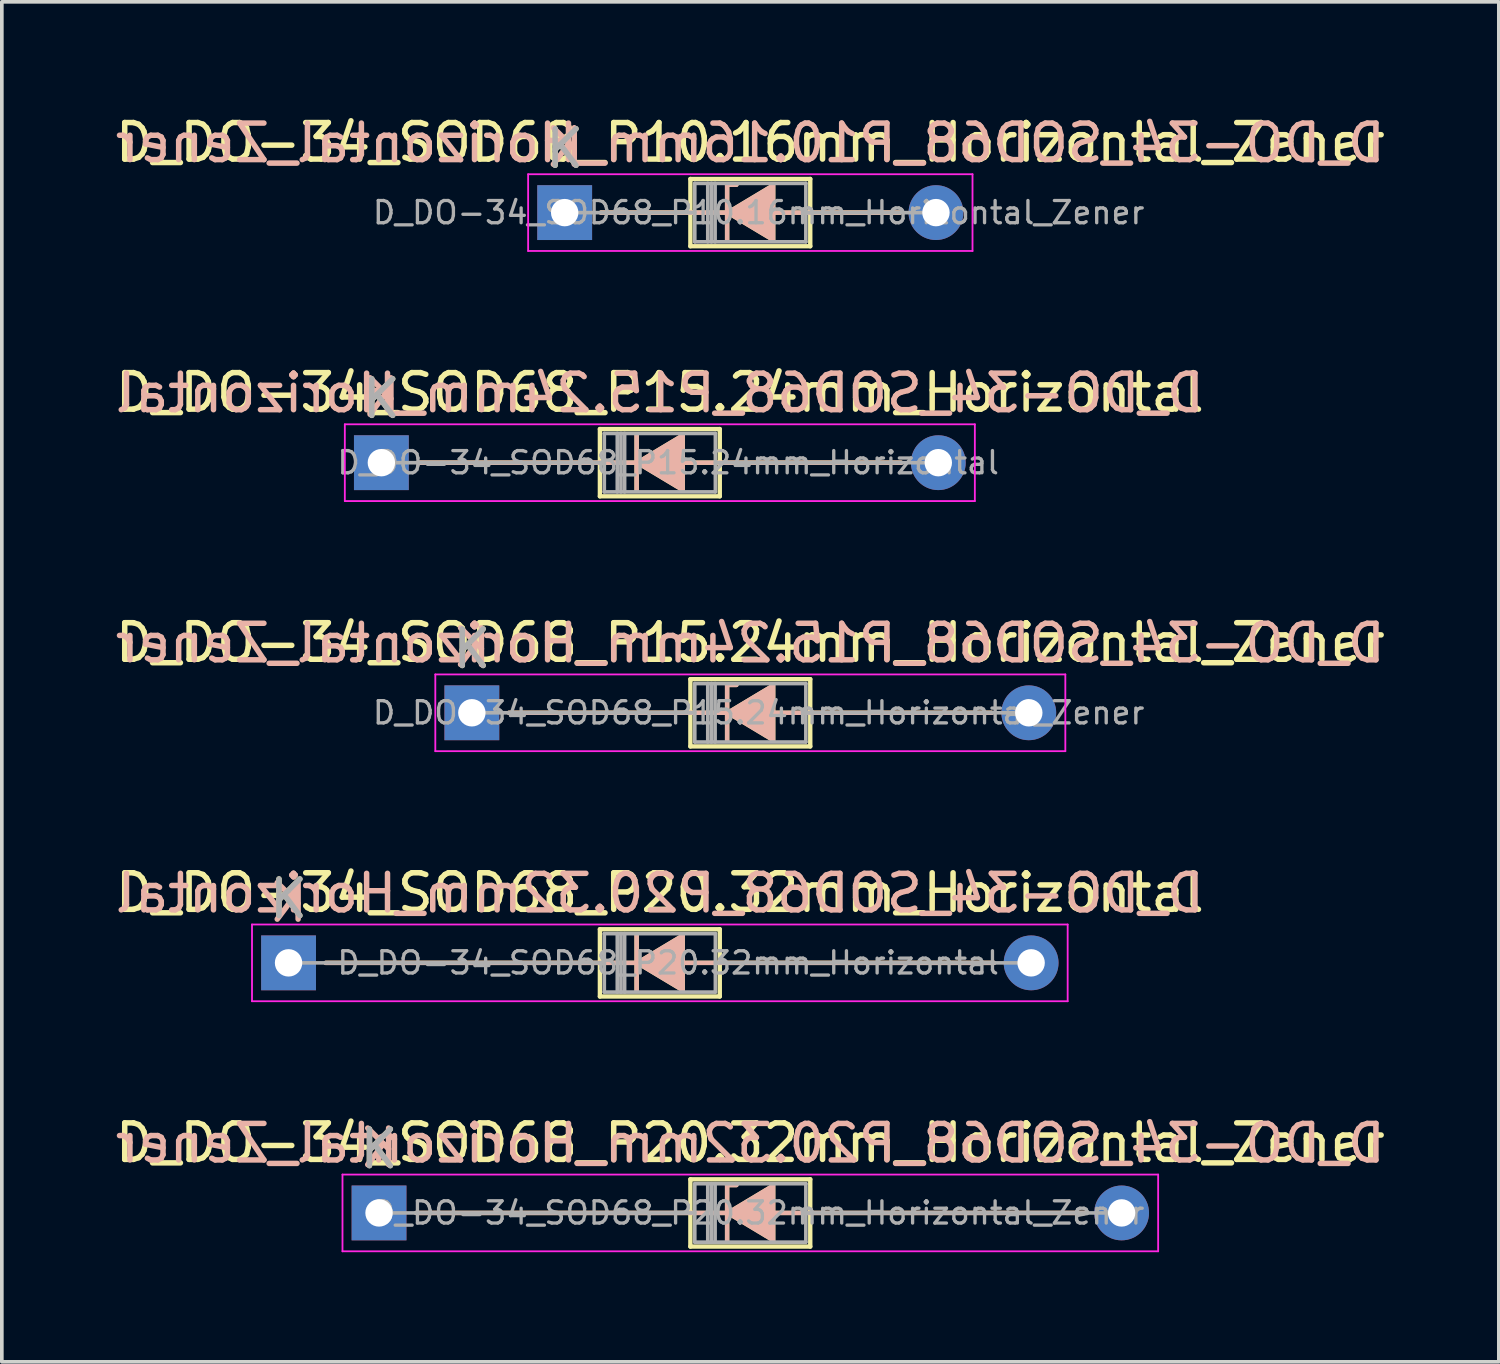
<source format=kicad_pcb>
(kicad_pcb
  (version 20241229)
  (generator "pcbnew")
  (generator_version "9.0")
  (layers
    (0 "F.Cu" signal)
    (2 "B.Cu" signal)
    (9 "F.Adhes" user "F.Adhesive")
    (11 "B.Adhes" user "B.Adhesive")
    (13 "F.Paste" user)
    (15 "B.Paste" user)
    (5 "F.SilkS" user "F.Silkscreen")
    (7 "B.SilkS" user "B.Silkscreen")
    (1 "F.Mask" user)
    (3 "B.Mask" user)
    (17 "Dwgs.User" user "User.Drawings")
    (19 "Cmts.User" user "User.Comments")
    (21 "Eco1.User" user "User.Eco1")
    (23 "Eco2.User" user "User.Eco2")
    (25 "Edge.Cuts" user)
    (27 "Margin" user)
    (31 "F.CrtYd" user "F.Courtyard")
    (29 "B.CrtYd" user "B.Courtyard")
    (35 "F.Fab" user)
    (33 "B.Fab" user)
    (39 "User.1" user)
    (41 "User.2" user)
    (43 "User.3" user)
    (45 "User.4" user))
  (footprint "D_DO-34_SOD68_P20.32mm_Horizontal_Zener"
    (layer "F.Cu")
    (at 7.322 30.141)
    (property "Reference" "D_DO-34_SOD68_P20.32mm_Horizontal_Zener" (at 10.16 -1.92 0) (layer "F.SilkS") (effects (font (size 1 1) (thickness 0.15))))
    (fp_line (start 1.016 0) (end 8.52 0) (stroke (width 0.12) (type solid)) (layer "F.SilkS"))
    (fp_line (start 8.52 -0.92) (end 8.52 0.92) (stroke (width 0.12) (type solid)) (layer "F.SilkS"))
    (fp_line (start 8.52 0.92) (end 11.8 0.92) (stroke (width 0.12) (type solid)) (layer "F.SilkS"))
    (fp_line (start 9.525 -0.762) (end 9.525 0.762) (stroke (width 0.12) (type solid)) (layer "F.SilkS"))
    (fp_line (start 9.525 -0.762) (end 9.779 -0.762) (stroke (width 0.12) (type solid)) (layer "F.SilkS"))
    (fp_line (start 9.61 0) (end 8.509 0) (stroke (width 0.12) (type solid)) (layer "F.SilkS"))
    (fp_line (start 10.795 0) (end 11.811 0) (stroke (width 0.12) (type solid)) (layer "F.SilkS"))
    (fp_line (start 11.8 -0.92) (end 8.52 -0.92) (stroke (width 0.12) (type solid)) (layer "F.SilkS"))
    (fp_line (start 11.8 0.92) (end 11.8 -0.92) (stroke (width 0.12) (type solid)) (layer "F.SilkS"))
    (fp_line (start 19.304 0) (end 11.8 0) (stroke (width 0.12) (type solid)) (layer "F.SilkS"))
    (fp_poly (pts (xy 10.795 0.762) (xy 9.525 0) (xy 10.795 -0.762)) (stroke (width 0.1) (type solid)) (fill yes) (layer "F.SilkS"))
    (fp_line (start 1.016 0) (end 8.52 0) (stroke (width 0.12) (type solid)) (layer "B.SilkS"))
    (fp_line (start 9.525 -0.762) (end 9.779 -0.762) (stroke (width 0.12) (type solid)) (layer "B.SilkS"))
    (fp_line (start 9.525 0.762) (end 9.525 -0.762) (stroke (width 0.12) (type solid)) (layer "B.SilkS"))
    (fp_line (start 9.61 0) (end 8.509 0) (stroke (width 0.12) (type solid)) (layer "B.SilkS"))
    (fp_line (start 10.795 0) (end 11.811 0) (stroke (width 0.12) (type solid)) (layer "B.SilkS"))
    (fp_line (start 19.304 0) (end 11.8 0) (stroke (width 0.12) (type solid)) (layer "B.SilkS"))
    (fp_poly (pts (xy 10.795 -0.762) (xy 9.525 0) (xy 10.795 0.762)) (stroke (width 0.1) (type solid)) (fill yes) (layer "B.SilkS"))
    (fp_line (start -1 -1.05) (end -1 1.05) (stroke (width 0.05) (type solid)) (layer "F.CrtYd"))
    (fp_line (start -1 1.05) (end 21.32 1.05) (stroke (width 0.05) (type solid)) (layer "F.CrtYd"))
    (fp_line (start 21.32 -1.05) (end -1 -1.05) (stroke (width 0.05) (type solid)) (layer "F.CrtYd"))
    (fp_line (start 21.32 1.05) (end 21.32 -1.05) (stroke (width 0.05) (type solid)) (layer "F.CrtYd"))
    (fp_line (start 0 0) (end 8.64 0) (stroke (width 0.1) (type solid)) (layer "F.Fab"))
    (fp_line (start 8.64 -0.8) (end 8.64 0.8) (stroke (width 0.1) (type solid)) (layer "F.Fab"))
    (fp_line (start 8.64 0.8) (end 11.68 0.8) (stroke (width 0.1) (type solid)) (layer "F.Fab"))
    (fp_line (start 8.996 -0.8) (end 8.996 0.8) (stroke (width 0.1) (type solid)) (layer "F.Fab"))
    (fp_line (start 9.096 -0.8) (end 9.096 0.8) (stroke (width 0.1) (type solid)) (layer "F.Fab"))
    (fp_line (start 9.196 -0.8) (end 9.196 0.8) (stroke (width 0.1) (type solid)) (layer "F.Fab"))
    (fp_line (start 11.68 -0.8) (end 8.64 -0.8) (stroke (width 0.1) (type solid)) (layer "F.Fab"))
    (fp_line (start 11.68 0.8) (end 11.68 -0.8) (stroke (width 0.1) (type solid)) (layer "F.Fab"))
    (fp_line (start 20.32 0) (end 11.68 0) (stroke (width 0.1) (type solid)) (layer "F.Fab"))
    (fp_text user "K" (at 0 -1.75 0) (layer "F.SilkS") (effects (font (size 1 1) (thickness 0.15))))
    (fp_text user "K" (at 0 -1.778 0) (layer "B.SilkS") (effects (font (size 1 1) (thickness 0.15)) (justify mirror)))
    (fp_text user "${REFERENCE}" (at 10.16 -1.905 0) (layer "B.SilkS") (effects (font (size 1 1) (thickness 0.15)) (justify mirror)))
    (fp_text user "${REFERENCE}" (at 10.388 0 0) (layer "F.Fab") (effects (font (size 0.608 0.608) (thickness 0.091))))
    (fp_text user "K" (at 0 -1.75 0) (layer "F.Fab") (effects (font (size 1 1) (thickness 0.15))))
    (pad "1" thru_hole rect (at 0 0) (size 1.5 1.5) (drill 0.75) (layers "*.Cu" "*.Mask"))
    (pad "2" thru_hole oval (at 20.32 0) (size 1.5 1.5) (drill 0.75) (layers "*.Cu" "*.Mask")))
  (footprint "D_DO-34_SOD68_P10.16mm_Horizontal_Zener"
    (layer "F.Cu")
    (at 12.402 2.768)
    (property "Reference" "D_DO-34_SOD68_P10.16mm_Horizontal_Zener" (at 5.08 -1.92 0) (layer "F.SilkS") (effects (font (size 1 1) (thickness 0.15))))
    (fp_line (start 0.99 0) (end 3.44 0) (stroke (width 0.12) (type solid)) (layer "F.SilkS"))
    (fp_line (start 3.44 -0.92) (end 3.44 0.92) (stroke (width 0.12) (type solid)) (layer "F.SilkS"))
    (fp_line (start 3.44 0.92) (end 6.72 0.92) (stroke (width 0.12) (type solid)) (layer "F.SilkS"))
    (fp_line (start 4.445 -0.762) (end 4.445 0.762) (stroke (width 0.12) (type solid)) (layer "F.SilkS"))
    (fp_line (start 4.445 -0.762) (end 4.699 -0.762) (stroke (width 0.12) (type solid)) (layer "F.SilkS"))
    (fp_line (start 4.5 0) (end 3.44 0) (stroke (width 0.12) (type solid)) (layer "F.SilkS"))
    (fp_line (start 5.715 0) (end 6.72 0) (stroke (width 0.12) (type solid)) (layer "F.SilkS"))
    (fp_line (start 6.72 -0.92) (end 3.44 -0.92) (stroke (width 0.12) (type solid)) (layer "F.SilkS"))
    (fp_line (start 6.72 0.92) (end 6.72 -0.92) (stroke (width 0.12) (type solid)) (layer "F.SilkS"))
    (fp_line (start 9.17 0) (end 6.72 0) (stroke (width 0.12) (type solid)) (layer "F.SilkS"))
    (fp_poly (pts (xy 5.715 0.762) (xy 4.445 0) (xy 5.715 -0.762)) (stroke (width 0.1) (type solid)) (fill yes) (layer "F.SilkS"))
    (fp_line (start 0.99 0) (end 3.44 0) (stroke (width 0.12) (type solid)) (layer "B.SilkS"))
    (fp_line (start 4.445 -0.762) (end 4.699 -0.762) (stroke (width 0.12) (type solid)) (layer "B.SilkS"))
    (fp_line (start 4.445 0.762) (end 4.445 -0.762) (stroke (width 0.12) (type solid)) (layer "B.SilkS"))
    (fp_line (start 4.5 0) (end 3.44 0) (stroke (width 0.12) (type solid)) (layer "B.SilkS"))
    (fp_line (start 5.715 0) (end 6.72 0) (stroke (width 0.12) (type solid)) (layer "B.SilkS"))
    (fp_line (start 9.17 0) (end 6.72 0) (stroke (width 0.12) (type solid)) (layer "B.SilkS"))
    (fp_poly (pts (xy 5.715 -0.762) (xy 4.445 0) (xy 5.715 0.762)) (stroke (width 0.1) (type solid)) (fill yes) (layer "B.SilkS"))
    (fp_line (start -1 -1.05) (end -1 1.05) (stroke (width 0.05) (type solid)) (layer "F.CrtYd"))
    (fp_line (start -1 1.05) (end 11.16 1.05) (stroke (width 0.05) (type solid)) (layer "F.CrtYd"))
    (fp_line (start 11.16 -1.05) (end -1 -1.05) (stroke (width 0.05) (type solid)) (layer "F.CrtYd"))
    (fp_line (start 11.16 1.05) (end 11.16 -1.05) (stroke (width 0.05) (type solid)) (layer "F.CrtYd"))
    (fp_line (start 0 0) (end 3.56 0) (stroke (width 0.1) (type solid)) (layer "F.Fab"))
    (fp_line (start 3.56 -0.8) (end 3.56 0.8) (stroke (width 0.1) (type solid)) (layer "F.Fab"))
    (fp_line (start 3.56 0.8) (end 6.6 0.8) (stroke (width 0.1) (type solid)) (layer "F.Fab"))
    (fp_line (start 3.916 -0.8) (end 3.916 0.8) (stroke (width 0.1) (type solid)) (layer "F.Fab"))
    (fp_line (start 4.016 -0.8) (end 4.016 0.8) (stroke (width 0.1) (type solid)) (layer "F.Fab"))
    (fp_line (start 4.116 -0.8) (end 4.116 0.8) (stroke (width 0.1) (type solid)) (layer "F.Fab"))
    (fp_line (start 6.6 -0.8) (end 3.56 -0.8) (stroke (width 0.1) (type solid)) (layer "F.Fab"))
    (fp_line (start 6.6 0.8) (end 6.6 -0.8) (stroke (width 0.1) (type solid)) (layer "F.Fab"))
    (fp_line (start 10.16 0) (end 6.6 0) (stroke (width 0.1) (type solid)) (layer "F.Fab"))
    (fp_text user "K" (at 0 -1.75 0) (layer "F.SilkS") (effects (font (size 1 1) (thickness 0.15))))
    (fp_text user "${REFERENCE}" (at 5.08 -1.905 0) (layer "B.SilkS") (effects (font (size 1 1) (thickness 0.15)) (justify mirror)))
    (fp_text user "K" (at 0 -1.778 0) (layer "B.SilkS") (effects (font (size 1 1) (thickness 0.15)) (justify mirror)))
    (fp_text user "${REFERENCE}" (at 5.308 0 0) (layer "F.Fab") (effects (font (size 0.608 0.608) (thickness 0.091))))
    (fp_text user "K" (at 0 -1.75 0) (layer "F.Fab") (effects (font (size 1 1) (thickness 0.15))))
    (pad "1" thru_hole rect (at 0 0) (size 1.5 1.5) (drill 0.75) (layers "*.Cu" "*.Mask"))
    (pad "2" thru_hole oval (at 10.16 0) (size 1.5 1.5) (drill 0.75) (layers "*.Cu" "*.Mask")))
  (footprint "D_DO-34_SOD68_P15.24mm_Horizontal"
    (layer "F.Cu")
    (at 7.386 9.611)
    (property "Reference" "D_DO-34_SOD68_P15.24mm_Horizontal" (at 7.62 -1.92 0) (layer "F.SilkS") (effects (font (size 1 1) (thickness 0.15))))
    (fp_line (start 1.016 0) (end 5.98 0) (stroke (width 0.12) (type solid)) (layer "F.SilkS"))
    (fp_line (start 5.98 -0.92) (end 5.98 0.92) (stroke (width 0.12) (type solid)) (layer "F.SilkS"))
    (fp_line (start 5.98 0.92) (end 9.26 0.92) (stroke (width 0.12) (type solid)) (layer "F.SilkS"))
    (fp_line (start 6.985 -0.762) (end 6.985 0.762) (stroke (width 0.12) (type solid)) (layer "F.SilkS"))
    (fp_line (start 7.07 0) (end 5.969 0) (stroke (width 0.12) (type solid)) (layer "F.SilkS"))
    (fp_line (start 8.255 0) (end 9.271 0) (stroke (width 0.12) (type solid)) (layer "F.SilkS"))
    (fp_line (start 9.26 -0.92) (end 5.98 -0.92) (stroke (width 0.12) (type solid)) (layer "F.SilkS"))
    (fp_line (start 9.26 0.92) (end 9.26 -0.92) (stroke (width 0.12) (type solid)) (layer "F.SilkS"))
    (fp_line (start 14.224 0) (end 9.26 0) (stroke (width 0.12) (type solid)) (layer "F.SilkS"))
    (fp_poly (pts (xy 8.255 0.762) (xy 6.985 0) (xy 8.255 -0.762)) (stroke (width 0.1) (type solid)) (fill yes) (layer "F.SilkS"))
    (fp_line (start 1.016 0) (end 5.98 0) (stroke (width 0.12) (type solid)) (layer "B.SilkS"))
    (fp_line (start 6.985 0.762) (end 6.985 -0.762) (stroke (width 0.12) (type solid)) (layer "B.SilkS"))
    (fp_line (start 7.07 0) (end 5.969 0) (stroke (width 0.12) (type solid)) (layer "B.SilkS"))
    (fp_line (start 8.255 0) (end 9.271 0) (stroke (width 0.12) (type solid)) (layer "B.SilkS"))
    (fp_line (start 14.224 0) (end 9.26 0) (stroke (width 0.12) (type solid)) (layer "B.SilkS"))
    (fp_poly (pts (xy 8.255 -0.762) (xy 6.985 0) (xy 8.255 0.762)) (stroke (width 0.1) (type solid)) (fill yes) (layer "B.SilkS"))
    (fp_line (start -1 -1.05) (end -1 1.05) (stroke (width 0.05) (type solid)) (layer "F.CrtYd"))
    (fp_line (start -1 1.05) (end 16.24 1.05) (stroke (width 0.05) (type solid)) (layer "F.CrtYd"))
    (fp_line (start 16.24 -1.05) (end -1 -1.05) (stroke (width 0.05) (type solid)) (layer "F.CrtYd"))
    (fp_line (start 16.24 1.05) (end 16.24 -1.05) (stroke (width 0.05) (type solid)) (layer "F.CrtYd"))
    (fp_line (start 0 0) (end 6.1 0) (stroke (width 0.1) (type solid)) (layer "F.Fab"))
    (fp_line (start 6.1 -0.8) (end 6.1 0.8) (stroke (width 0.1) (type solid)) (layer "F.Fab"))
    (fp_line (start 6.1 0.8) (end 9.14 0.8) (stroke (width 0.1) (type solid)) (layer "F.Fab"))
    (fp_line (start 6.456 -0.8) (end 6.456 0.8) (stroke (width 0.1) (type solid)) (layer "F.Fab"))
    (fp_line (start 6.556 -0.8) (end 6.556 0.8) (stroke (width 0.1) (type solid)) (layer "F.Fab"))
    (fp_line (start 6.656 -0.8) (end 6.656 0.8) (stroke (width 0.1) (type solid)) (layer "F.Fab"))
    (fp_line (start 9.14 -0.8) (end 6.1 -0.8) (stroke (width 0.1) (type solid)) (layer "F.Fab"))
    (fp_line (start 9.14 0.8) (end 9.14 -0.8) (stroke (width 0.1) (type solid)) (layer "F.Fab"))
    (fp_line (start 15.24 0) (end 9.14 0) (stroke (width 0.1) (type solid)) (layer "F.Fab"))
    (fp_text user "K" (at 0 -1.75 0) (layer "F.SilkS") (effects (font (size 1 1) (thickness 0.15))))
    (fp_text user "K" (at 0 -1.778 0) (layer "B.SilkS") (effects (font (size 1 1) (thickness 0.15)) (justify mirror)))
    (fp_text user "${REFERENCE}" (at 7.62 -1.905 0) (layer "B.SilkS") (effects (font (size 1 1) (thickness 0.15)) (justify mirror)))
    (fp_text user "K" (at 0 -1.75 0) (layer "F.Fab") (effects (font (size 1 1) (thickness 0.15))))
    (fp_text user "${REFERENCE}" (at 7.848 0 0) (layer "F.Fab") (effects (font (size 0.608 0.608) (thickness 0.091))))
    (pad "1" thru_hole rect (at 0 0) (size 1.5 1.5) (drill 0.75) (layers "*.Cu" "*.Mask"))
    (pad "2" thru_hole oval (at 15.24 0) (size 1.5 1.5) (drill 0.75) (layers "*.Cu" "*.Mask")))
  (footprint "D_DO-34_SOD68_P15.24mm_Horizontal_Zener"
    (layer "F.Cu")
    (at 9.862 16.455)
    (property "Reference" "D_DO-34_SOD68_P15.24mm_Horizontal_Zener" (at 7.62 -1.92 0) (layer "F.SilkS") (effects (font (size 1 1) (thickness 0.15))))
    (fp_line (start 1.016 0) (end 5.98 0) (stroke (width 0.12) (type solid)) (layer "F.SilkS"))
    (fp_line (start 5.98 -0.92) (end 5.98 0.92) (stroke (width 0.12) (type solid)) (layer "F.SilkS"))
    (fp_line (start 5.98 0.92) (end 9.26 0.92) (stroke (width 0.12) (type solid)) (layer "F.SilkS"))
    (fp_line (start 6.985 -0.762) (end 6.985 0.762) (stroke (width 0.12) (type solid)) (layer "F.SilkS"))
    (fp_line (start 6.985 -0.762) (end 7.239 -0.762) (stroke (width 0.12) (type solid)) (layer "F.SilkS"))
    (fp_line (start 7.07 0) (end 5.969 0) (stroke (width 0.12) (type solid)) (layer "F.SilkS"))
    (fp_line (start 8.255 0) (end 9.271 0) (stroke (width 0.12) (type solid)) (layer "F.SilkS"))
    (fp_line (start 9.26 -0.92) (end 5.98 -0.92) (stroke (width 0.12) (type solid)) (layer "F.SilkS"))
    (fp_line (start 9.26 0.92) (end 9.26 -0.92) (stroke (width 0.12) (type solid)) (layer "F.SilkS"))
    (fp_line (start 14.224 0) (end 9.26 0) (stroke (width 0.12) (type solid)) (layer "F.SilkS"))
    (fp_poly (pts (xy 8.255 0.762) (xy 6.985 0) (xy 8.255 -0.762)) (stroke (width 0.1) (type solid)) (fill yes) (layer "F.SilkS"))
    (fp_line (start 1.016 0) (end 5.98 0) (stroke (width 0.12) (type solid)) (layer "B.SilkS"))
    (fp_line (start 6.985 -0.762) (end 7.239 -0.762) (stroke (width 0.12) (type solid)) (layer "B.SilkS"))
    (fp_line (start 6.985 0.762) (end 6.985 -0.762) (stroke (width 0.12) (type solid)) (layer "B.SilkS"))
    (fp_line (start 7.07 0) (end 5.969 0) (stroke (width 0.12) (type solid)) (layer "B.SilkS"))
    (fp_line (start 8.255 0) (end 9.271 0) (stroke (width 0.12) (type solid)) (layer "B.SilkS"))
    (fp_line (start 14.224 0) (end 9.26 0) (stroke (width 0.12) (type solid)) (layer "B.SilkS"))
    (fp_poly (pts (xy 8.255 -0.762) (xy 6.985 0) (xy 8.255 0.762)) (stroke (width 0.1) (type solid)) (fill yes) (layer "B.SilkS"))
    (fp_line (start -1 -1.05) (end -1 1.05) (stroke (width 0.05) (type solid)) (layer "F.CrtYd"))
    (fp_line (start -1 1.05) (end 16.24 1.05) (stroke (width 0.05) (type solid)) (layer "F.CrtYd"))
    (fp_line (start 16.24 -1.05) (end -1 -1.05) (stroke (width 0.05) (type solid)) (layer "F.CrtYd"))
    (fp_line (start 16.24 1.05) (end 16.24 -1.05) (stroke (width 0.05) (type solid)) (layer "F.CrtYd"))
    (fp_line (start 0 0) (end 6.1 0) (stroke (width 0.1) (type solid)) (layer "F.Fab"))
    (fp_line (start 6.1 -0.8) (end 6.1 0.8) (stroke (width 0.1) (type solid)) (layer "F.Fab"))
    (fp_line (start 6.1 0.8) (end 9.14 0.8) (stroke (width 0.1) (type solid)) (layer "F.Fab"))
    (fp_line (start 6.456 -0.8) (end 6.456 0.8) (stroke (width 0.1) (type solid)) (layer "F.Fab"))
    (fp_line (start 6.556 -0.8) (end 6.556 0.8) (stroke (width 0.1) (type solid)) (layer "F.Fab"))
    (fp_line (start 6.656 -0.8) (end 6.656 0.8) (stroke (width 0.1) (type solid)) (layer "F.Fab"))
    (fp_line (start 9.14 -0.8) (end 6.1 -0.8) (stroke (width 0.1) (type solid)) (layer "F.Fab"))
    (fp_line (start 9.14 0.8) (end 9.14 -0.8) (stroke (width 0.1) (type solid)) (layer "F.Fab"))
    (fp_line (start 15.24 0) (end 9.14 0) (stroke (width 0.1) (type solid)) (layer "F.Fab"))
    (fp_text user "K" (at 0 -1.75 0) (layer "F.SilkS") (effects (font (size 1 1) (thickness 0.15))))
    (fp_text user "K" (at 0 -1.778 0) (layer "B.SilkS") (effects (font (size 1 1) (thickness 0.15)) (justify mirror)))
    (fp_text user "${REFERENCE}" (at 7.62 -1.905 0) (layer "B.SilkS") (effects (font (size 1 1) (thickness 0.15)) (justify mirror)))
    (fp_text user "${REFERENCE}" (at 7.848 0 0) (layer "F.Fab") (effects (font (size 0.608 0.608) (thickness 0.091))))
    (fp_text user "K" (at 0 -1.75 0) (layer "F.Fab") (effects (font (size 1 1) (thickness 0.15))))
    (pad "1" thru_hole rect (at 0 0) (size 1.5 1.5) (drill 0.75) (layers "*.Cu" "*.Mask"))
    (pad "2" thru_hole oval (at 15.24 0) (size 1.5 1.5) (drill 0.75) (layers "*.Cu" "*.Mask")))
  (footprint "D_DO-34_SOD68_P20.32mm_Horizontal"
    (layer "F.Cu")
    (at 4.846 23.298)
    (property "Reference" "D_DO-34_SOD68_P20.32mm_Horizontal" (at 10.16 -1.92 0) (layer "F.SilkS") (effects (font (size 1 1) (thickness 0.15))))
    (fp_line (start 1.016 0) (end 8.52 0) (stroke (width 0.12) (type solid)) (layer "F.SilkS"))
    (fp_line (start 8.52 -0.92) (end 8.52 0.92) (stroke (width 0.12) (type solid)) (layer "F.SilkS"))
    (fp_line (start 8.52 0.92) (end 11.8 0.92) (stroke (width 0.12) (type solid)) (layer "F.SilkS"))
    (fp_line (start 9.525 -0.762) (end 9.525 0.762) (stroke (width 0.12) (type solid)) (layer "F.SilkS"))
    (fp_line (start 9.61 0) (end 8.509 0) (stroke (width 0.12) (type solid)) (layer "F.SilkS"))
    (fp_line (start 10.795 0) (end 11.811 0) (stroke (width 0.12) (type solid)) (layer "F.SilkS"))
    (fp_line (start 11.8 -0.92) (end 8.52 -0.92) (stroke (width 0.12) (type solid)) (layer "F.SilkS"))
    (fp_line (start 11.8 0.92) (end 11.8 -0.92) (stroke (width 0.12) (type solid)) (layer "F.SilkS"))
    (fp_line (start 19.304 0) (end 11.8 0) (stroke (width 0.12) (type solid)) (layer "F.SilkS"))
    (fp_poly (pts (xy 10.795 0.762) (xy 9.525 0) (xy 10.795 -0.762)) (stroke (width 0.1) (type solid)) (fill yes) (layer "F.SilkS"))
    (fp_line (start 1.016 0) (end 8.52 0) (stroke (width 0.12) (type solid)) (layer "B.SilkS"))
    (fp_line (start 9.525 0.762) (end 9.525 -0.762) (stroke (width 0.12) (type solid)) (layer "B.SilkS"))
    (fp_line (start 9.61 0) (end 8.509 0) (stroke (width 0.12) (type solid)) (layer "B.SilkS"))
    (fp_line (start 10.795 0) (end 11.811 0) (stroke (width 0.12) (type solid)) (layer "B.SilkS"))
    (fp_line (start 19.304 0) (end 11.8 0) (stroke (width 0.12) (type solid)) (layer "B.SilkS"))
    (fp_poly (pts (xy 10.795 -0.762) (xy 9.525 0) (xy 10.795 0.762)) (stroke (width 0.1) (type solid)) (fill yes) (layer "B.SilkS"))
    (fp_line (start -1 -1.05) (end -1 1.05) (stroke (width 0.05) (type solid)) (layer "F.CrtYd"))
    (fp_line (start -1 1.05) (end 21.32 1.05) (stroke (width 0.05) (type solid)) (layer "F.CrtYd"))
    (fp_line (start 21.32 -1.05) (end -1 -1.05) (stroke (width 0.05) (type solid)) (layer "F.CrtYd"))
    (fp_line (start 21.32 1.05) (end 21.32 -1.05) (stroke (width 0.05) (type solid)) (layer "F.CrtYd"))
    (fp_line (start 0 0) (end 8.64 0) (stroke (width 0.1) (type solid)) (layer "F.Fab"))
    (fp_line (start 8.64 -0.8) (end 8.64 0.8) (stroke (width 0.1) (type solid)) (layer "F.Fab"))
    (fp_line (start 8.64 0.8) (end 11.68 0.8) (stroke (width 0.1) (type solid)) (layer "F.Fab"))
    (fp_line (start 8.996 -0.8) (end 8.996 0.8) (stroke (width 0.1) (type solid)) (layer "F.Fab"))
    (fp_line (start 9.096 -0.8) (end 9.096 0.8) (stroke (width 0.1) (type solid)) (layer "F.Fab"))
    (fp_line (start 9.196 -0.8) (end 9.196 0.8) (stroke (width 0.1) (type solid)) (layer "F.Fab"))
    (fp_line (start 11.68 -0.8) (end 8.64 -0.8) (stroke (width 0.1) (type solid)) (layer "F.Fab"))
    (fp_line (start 11.68 0.8) (end 11.68 -0.8) (stroke (width 0.1) (type solid)) (layer "F.Fab"))
    (fp_line (start 20.32 0) (end 11.68 0) (stroke (width 0.1) (type solid)) (layer "F.Fab"))
    (fp_text user "K" (at 0 -1.75 0) (layer "F.SilkS") (effects (font (size 1 1) (thickness 0.15))))
    (fp_text user "K" (at 0 -1.651 0) (layer "B.SilkS") (effects (font (size 1 1) (thickness 0.15)) (justify mirror)))
    (fp_text user "${REFERENCE}" (at 10.16 -1.905 0) (layer "B.SilkS") (effects (font (size 1 1) (thickness 0.15)) (justify mirror)))
    (fp_text user "${REFERENCE}" (at 10.388 0 0) (layer "F.Fab") (effects (font (size 0.608 0.608) (thickness 0.091))))
    (fp_text user "K" (at 0 -1.75 0) (layer "F.Fab") (effects (font (size 1 1) (thickness 0.15))))
    (pad "1" thru_hole rect (at 0 0) (size 1.5 1.5) (drill 0.75) (layers "*.Cu" "*.Mask"))
    (pad "2" thru_hole oval (at 20.32 0) (size 1.5 1.5) (drill 0.75) (layers "*.Cu" "*.Mask")))
  (gr_rect
    (start -3 -3)
    (end 37.964 34.216)
    (stroke (width 0.1) (type default))
    (fill no)
    (layer "Edge.Cuts")))
</source>
